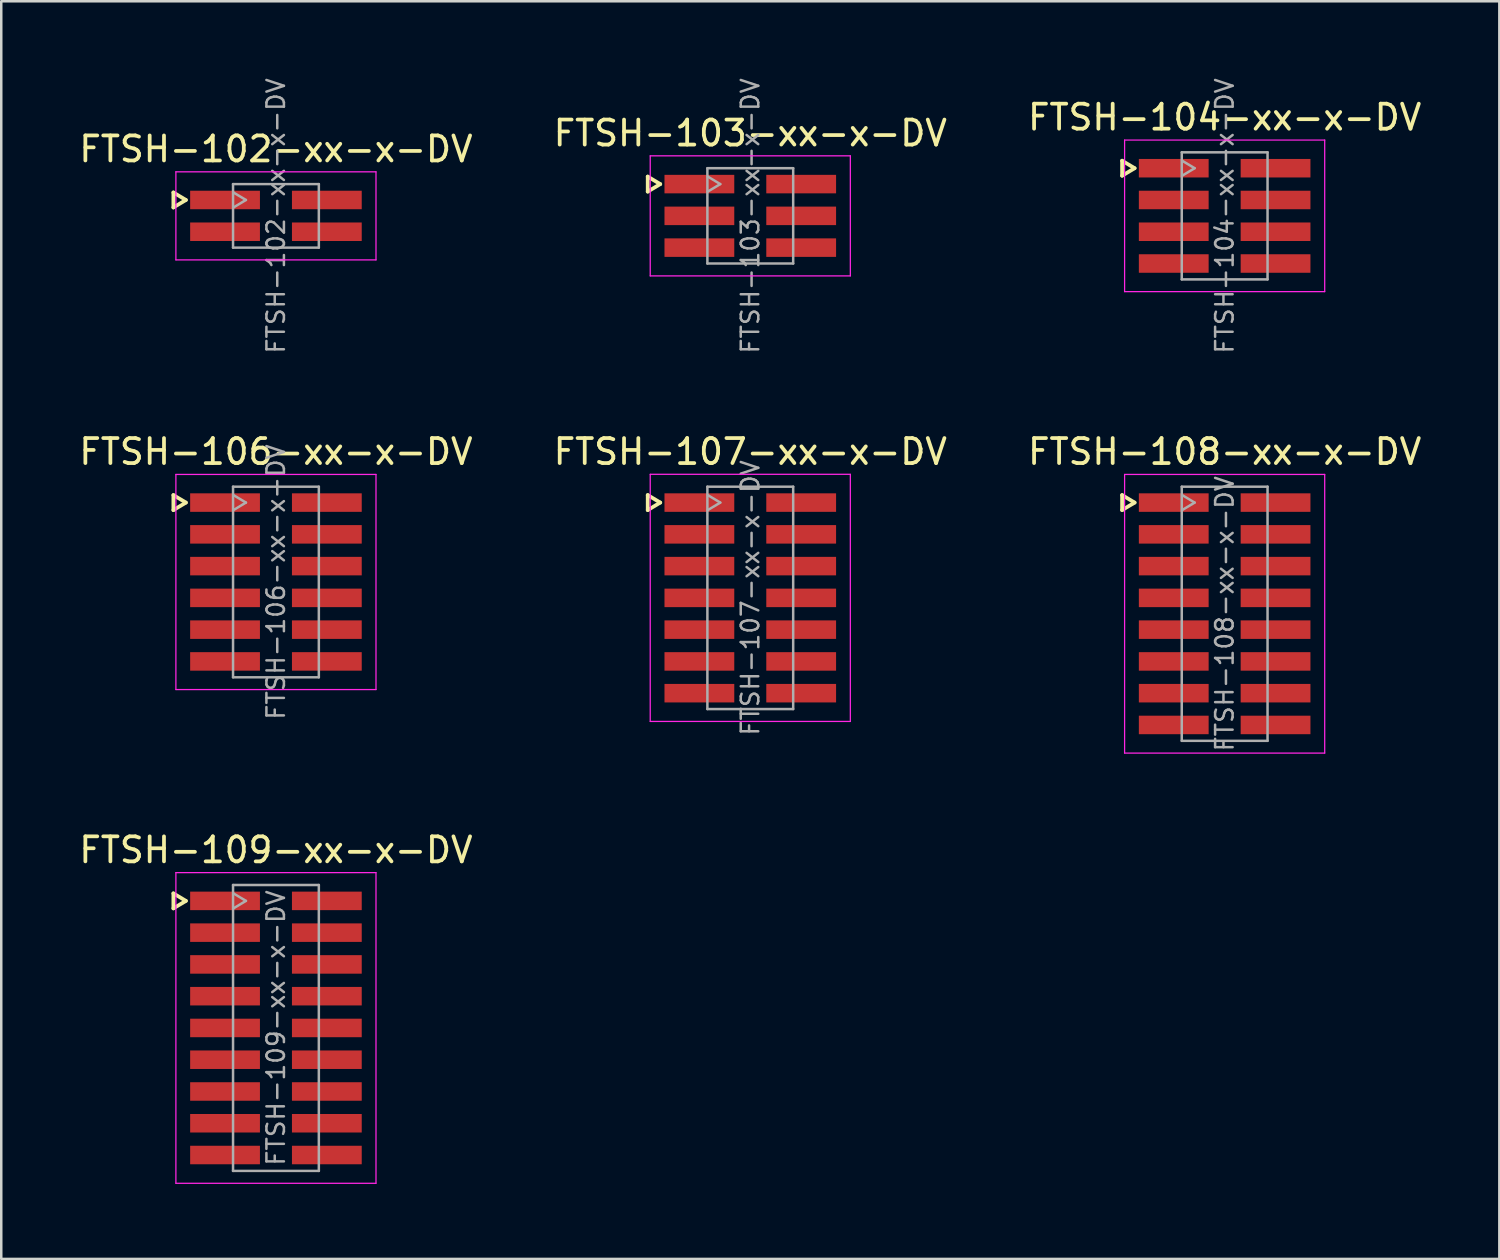
<source format=kicad_pcb>
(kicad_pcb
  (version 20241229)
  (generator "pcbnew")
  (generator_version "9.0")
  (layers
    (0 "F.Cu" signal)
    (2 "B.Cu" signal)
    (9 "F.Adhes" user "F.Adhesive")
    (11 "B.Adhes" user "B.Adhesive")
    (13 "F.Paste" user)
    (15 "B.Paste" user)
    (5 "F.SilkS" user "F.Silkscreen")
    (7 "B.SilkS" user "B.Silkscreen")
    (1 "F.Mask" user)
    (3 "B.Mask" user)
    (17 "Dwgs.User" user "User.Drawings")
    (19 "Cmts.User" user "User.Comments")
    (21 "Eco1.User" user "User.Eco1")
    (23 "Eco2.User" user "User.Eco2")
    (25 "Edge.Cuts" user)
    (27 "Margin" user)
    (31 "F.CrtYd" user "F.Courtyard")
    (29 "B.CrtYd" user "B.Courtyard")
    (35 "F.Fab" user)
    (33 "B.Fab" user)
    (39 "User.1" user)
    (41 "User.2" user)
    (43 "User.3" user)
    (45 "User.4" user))
  (footprint "FTSH-107-xx-x-DV"
    (layer "F.Cu")
    (at 26.946 20.853)
    (property "Reference" "FTSH-107-xx-x-DV" (at 0 -5.845 0) (layer "F.SilkS") (effects (font (size 1 1) (thickness 0.15))))
    (attr smd)
    (fp_line (start -4.1 -4.11) (end -4.1 -3.51) (stroke (width 0.15) (type solid)) (layer "F.SilkS"))
    (fp_line (start -4.1 -3.51) (end -3.6 -3.81) (stroke (width 0.15) (type solid)) (layer "F.SilkS"))
    (fp_line (start -3.6 -3.81) (end -4.1 -4.11) (stroke (width 0.15) (type solid)) (layer "F.SilkS"))
    (fp_line (start -4 -4.94) (end 4 -4.94) (stroke (width 0.05) (type solid)) (layer "F.CrtYd"))
    (fp_line (start -4 4.94) (end -4 -4.94) (stroke (width 0.05) (type solid)) (layer "F.CrtYd"))
    (fp_line (start 4 -4.94) (end 4 4.94) (stroke (width 0.05) (type solid)) (layer "F.CrtYd"))
    (fp_line (start 4 4.94) (end -4 4.94) (stroke (width 0.05) (type solid)) (layer "F.CrtYd"))
    (fp_line (start -1.715 -4.445) (end -1.715 4.445) (stroke (width 0.1) (type solid)) (layer "F.Fab"))
    (fp_line (start -1.715 -4.445) (end 1.715 -4.445) (stroke (width 0.1) (type solid)) (layer "F.Fab"))
    (fp_line (start -1.715 4.445) (end 1.715 4.445) (stroke (width 0.1) (type solid)) (layer "F.Fab"))
    (fp_line (start -1.7 -3.51) (end -1.2 -3.81) (stroke (width 0.1) (type solid)) (layer "F.Fab"))
    (fp_line (start -1.2 -3.81) (end -1.7 -4.11) (stroke (width 0.1) (type solid)) (layer "F.Fab"))
    (fp_line (start 1.715 -4.445) (end 1.715 4.445) (stroke (width 0.1) (type solid)) (layer "F.Fab"))
    (fp_text user "${REFERENCE}" (at 0 0 270) (layer "F.Fab") (effects (font (size 0.7 0.7) (thickness 0.1))))
    (pad "1" smd rect (at -2.035 -3.81) (size 2.79 0.74) (layers "F.Cu" "F.Mask" "F.Paste"))
    (pad "2" smd rect (at 2.035 -3.81) (size 2.79 0.74) (layers "F.Cu" "F.Mask" "F.Paste"))
    (pad "3" smd rect (at -2.035 -2.54) (size 2.79 0.74) (layers "F.Cu" "F.Mask" "F.Paste"))
    (pad "4" smd rect (at 2.035 -2.54) (size 2.79 0.74) (layers "F.Cu" "F.Mask" "F.Paste"))
    (pad "5" smd rect (at -2.035 -1.27) (size 2.79 0.74) (layers "F.Cu" "F.Mask" "F.Paste"))
    (pad "6" smd rect (at 2.035 -1.27) (size 2.79 0.74) (layers "F.Cu" "F.Mask" "F.Paste"))
    (pad "7" smd rect (at -2.035 0) (size 2.79 0.74) (layers "F.Cu" "F.Mask" "F.Paste"))
    (pad "8" smd rect (at 2.035 0) (size 2.79 0.74) (layers "F.Cu" "F.Mask" "F.Paste"))
    (pad "9" smd rect (at -2.035 1.27) (size 2.79 0.74) (layers "F.Cu" "F.Mask" "F.Paste"))
    (pad "10" smd rect (at 2.035 1.27) (size 2.79 0.74) (layers "F.Cu" "F.Mask" "F.Paste"))
    (pad "11" smd rect (at -2.035 2.54) (size 2.79 0.74) (layers "F.Cu" "F.Mask" "F.Paste"))
    (pad "12" smd rect (at 2.035 2.54) (size 2.79 0.74) (layers "F.Cu" "F.Mask" "F.Paste"))
    (pad "13" smd rect (at -2.035 3.81) (size 2.79 0.74) (layers "F.Cu" "F.Mask" "F.Paste"))
    (pad "14" smd rect (at 2.035 3.81) (size 2.79 0.74) (layers "F.Cu" "F.Mask" "F.Paste")))
  (footprint "FTSH-108-xx-x-DV"
    (layer "F.Cu")
    (at 45.911 21.488)
    (property "Reference" "FTSH-108-xx-x-DV" (at 0 -6.48 0) (layer "F.SilkS") (effects (font (size 1 1) (thickness 0.15))))
    (attr smd)
    (fp_line (start -4.1 -4.745) (end -4.1 -4.145) (stroke (width 0.15) (type solid)) (layer "F.SilkS"))
    (fp_line (start -4.1 -4.145) (end -3.6 -4.445) (stroke (width 0.15) (type solid)) (layer "F.SilkS"))
    (fp_line (start -3.6 -4.445) (end -4.1 -4.745) (stroke (width 0.15) (type solid)) (layer "F.SilkS"))
    (fp_line (start -4 -5.57) (end 4 -5.57) (stroke (width 0.05) (type solid)) (layer "F.CrtYd"))
    (fp_line (start -4 5.57) (end -4 -5.57) (stroke (width 0.05) (type solid)) (layer "F.CrtYd"))
    (fp_line (start 4 -5.57) (end 4 5.57) (stroke (width 0.05) (type solid)) (layer "F.CrtYd"))
    (fp_line (start 4 5.57) (end -4 5.57) (stroke (width 0.05) (type solid)) (layer "F.CrtYd"))
    (fp_line (start -1.715 -5.08) (end -1.715 5.08) (stroke (width 0.1) (type solid)) (layer "F.Fab"))
    (fp_line (start -1.715 -5.08) (end 1.715 -5.08) (stroke (width 0.1) (type solid)) (layer "F.Fab"))
    (fp_line (start -1.715 5.08) (end 1.715 5.08) (stroke (width 0.1) (type solid)) (layer "F.Fab"))
    (fp_line (start -1.7 -4.145) (end -1.2 -4.445) (stroke (width 0.1) (type solid)) (layer "F.Fab"))
    (fp_line (start -1.2 -4.445) (end -1.7 -4.745) (stroke (width 0.1) (type solid)) (layer "F.Fab"))
    (fp_line (start 1.715 -5.08) (end 1.715 5.08) (stroke (width 0.1) (type solid)) (layer "F.Fab"))
    (fp_text user "${REFERENCE}" (at 0 0 270) (layer "F.Fab") (effects (font (size 0.7 0.7) (thickness 0.1))))
    (pad "1" smd rect (at -2.035 -4.445) (size 2.79 0.74) (layers "F.Cu" "F.Mask" "F.Paste"))
    (pad "2" smd rect (at 2.035 -4.445) (size 2.79 0.74) (layers "F.Cu" "F.Mask" "F.Paste"))
    (pad "3" smd rect (at -2.035 -3.175) (size 2.79 0.74) (layers "F.Cu" "F.Mask" "F.Paste"))
    (pad "4" smd rect (at 2.035 -3.175) (size 2.79 0.74) (layers "F.Cu" "F.Mask" "F.Paste"))
    (pad "5" smd rect (at -2.035 -1.905) (size 2.79 0.74) (layers "F.Cu" "F.Mask" "F.Paste"))
    (pad "6" smd rect (at 2.035 -1.905) (size 2.79 0.74) (layers "F.Cu" "F.Mask" "F.Paste"))
    (pad "7" smd rect (at -2.035 -0.635) (size 2.79 0.74) (layers "F.Cu" "F.Mask" "F.Paste"))
    (pad "8" smd rect (at 2.035 -0.635) (size 2.79 0.74) (layers "F.Cu" "F.Mask" "F.Paste"))
    (pad "9" smd rect (at -2.035 0.635) (size 2.79 0.74) (layers "F.Cu" "F.Mask" "F.Paste"))
    (pad "10" smd rect (at 2.035 0.635) (size 2.79 0.74) (layers "F.Cu" "F.Mask" "F.Paste"))
    (pad "11" smd rect (at -2.035 1.905) (size 2.79 0.74) (layers "F.Cu" "F.Mask" "F.Paste"))
    (pad "12" smd rect (at 2.035 1.905) (size 2.79 0.74) (layers "F.Cu" "F.Mask" "F.Paste"))
    (pad "13" smd rect (at -2.035 3.175) (size 2.79 0.74) (layers "F.Cu" "F.Mask" "F.Paste"))
    (pad "14" smd rect (at 2.035 3.175) (size 2.79 0.74) (layers "F.Cu" "F.Mask" "F.Paste"))
    (pad "15" smd rect (at -2.035 4.445) (size 2.79 0.74) (layers "F.Cu" "F.Mask" "F.Paste"))
    (pad "16" smd rect (at 2.035 4.445) (size 2.79 0.74) (layers "F.Cu" "F.Mask" "F.Paste")))
  (footprint "FTSH-104-xx-x-DV"
    (layer "F.Cu")
    (at 45.911 5.58)
    (property "Reference" "FTSH-104-xx-x-DV" (at 0 -3.94 0) (layer "F.SilkS") (effects (font (size 1 1) (thickness 0.15))))
    (attr smd)
    (fp_line (start -4.1 -2.205) (end -4.1 -1.605) (stroke (width 0.15) (type solid)) (layer "F.SilkS"))
    (fp_line (start -4.1 -1.605) (end -3.6 -1.905) (stroke (width 0.15) (type solid)) (layer "F.SilkS"))
    (fp_line (start -3.6 -1.905) (end -4.1 -2.205) (stroke (width 0.15) (type solid)) (layer "F.SilkS"))
    (fp_line (start -4 -3.03) (end 4 -3.03) (stroke (width 0.05) (type solid)) (layer "F.CrtYd"))
    (fp_line (start -4 3.03) (end -4 -3.03) (stroke (width 0.05) (type solid)) (layer "F.CrtYd"))
    (fp_line (start 4 -3.03) (end 4 3.03) (stroke (width 0.05) (type solid)) (layer "F.CrtYd"))
    (fp_line (start 4 3.03) (end -4 3.03) (stroke (width 0.05) (type solid)) (layer "F.CrtYd"))
    (fp_line (start -1.715 -2.54) (end -1.715 2.54) (stroke (width 0.1) (type solid)) (layer "F.Fab"))
    (fp_line (start -1.715 -2.54) (end 1.715 -2.54) (stroke (width 0.1) (type solid)) (layer "F.Fab"))
    (fp_line (start -1.715 2.54) (end 1.715 2.54) (stroke (width 0.1) (type solid)) (layer "F.Fab"))
    (fp_line (start -1.7 -1.605) (end -1.2 -1.905) (stroke (width 0.1) (type solid)) (layer "F.Fab"))
    (fp_line (start -1.2 -1.905) (end -1.7 -2.205) (stroke (width 0.1) (type solid)) (layer "F.Fab"))
    (fp_line (start 1.715 -2.54) (end 1.715 2.54) (stroke (width 0.1) (type solid)) (layer "F.Fab"))
    (fp_text user "${REFERENCE}" (at 0 0 270) (layer "F.Fab") (effects (font (size 0.7 0.7) (thickness 0.1))))
    (pad "1" smd rect (at -2.035 -1.905) (size 2.79 0.74) (layers "F.Cu" "F.Mask" "F.Paste"))
    (pad "2" smd rect (at 2.035 -1.905) (size 2.79 0.74) (layers "F.Cu" "F.Mask" "F.Paste"))
    (pad "3" smd rect (at -2.035 -0.635) (size 2.79 0.74) (layers "F.Cu" "F.Mask" "F.Paste"))
    (pad "4" smd rect (at 2.035 -0.635) (size 2.79 0.74) (layers "F.Cu" "F.Mask" "F.Paste"))
    (pad "5" smd rect (at -2.035 0.635) (size 2.79 0.74) (layers "F.Cu" "F.Mask" "F.Paste"))
    (pad "6" smd rect (at 2.035 0.635) (size 2.79 0.74) (layers "F.Cu" "F.Mask" "F.Paste"))
    (pad "7" smd rect (at -2.035 1.905) (size 2.79 0.74) (layers "F.Cu" "F.Mask" "F.Paste"))
    (pad "8" smd rect (at 2.035 1.905) (size 2.79 0.74) (layers "F.Cu" "F.Mask" "F.Paste")))
  (footprint "FTSH-103-xx-x-DV"
    (layer "F.Cu")
    (at 26.946 5.58)
    (property "Reference" "FTSH-103-xx-x-DV" (at 0 -3.305 0) (layer "F.SilkS") (effects (font (size 1 1) (thickness 0.15))))
    (attr smd)
    (fp_line (start -4.1 -1.57) (end -4.1 -0.97) (stroke (width 0.15) (type solid)) (layer "F.SilkS"))
    (fp_line (start -4.1 -0.97) (end -3.6 -1.27) (stroke (width 0.15) (type solid)) (layer "F.SilkS"))
    (fp_line (start -3.6 -1.27) (end -4.1 -1.57) (stroke (width 0.15) (type solid)) (layer "F.SilkS"))
    (fp_line (start -4 -2.4) (end 4 -2.4) (stroke (width 0.05) (type solid)) (layer "F.CrtYd"))
    (fp_line (start -4 2.4) (end -4 -2.4) (stroke (width 0.05) (type solid)) (layer "F.CrtYd"))
    (fp_line (start 4 -2.4) (end 4 2.4) (stroke (width 0.05) (type solid)) (layer "F.CrtYd"))
    (fp_line (start 4 2.4) (end -4 2.4) (stroke (width 0.05) (type solid)) (layer "F.CrtYd"))
    (fp_line (start -1.715 -1.905) (end -1.715 1.905) (stroke (width 0.1) (type solid)) (layer "F.Fab"))
    (fp_line (start -1.715 -1.905) (end 1.715 -1.905) (stroke (width 0.1) (type solid)) (layer "F.Fab"))
    (fp_line (start -1.715 1.905) (end 1.715 1.905) (stroke (width 0.1) (type solid)) (layer "F.Fab"))
    (fp_line (start -1.7 -0.97) (end -1.2 -1.27) (stroke (width 0.1) (type solid)) (layer "F.Fab"))
    (fp_line (start -1.2 -1.27) (end -1.7 -1.57) (stroke (width 0.1) (type solid)) (layer "F.Fab"))
    (fp_line (start 1.715 -1.905) (end 1.715 1.905) (stroke (width 0.1) (type solid)) (layer "F.Fab"))
    (fp_text user "${REFERENCE}" (at 0 0 270) (layer "F.Fab") (effects (font (size 0.7 0.7) (thickness 0.1))))
    (pad "1" smd rect (at -2.035 -1.27) (size 2.79 0.74) (layers "F.Cu" "F.Mask" "F.Paste"))
    (pad "2" smd rect (at 2.035 -1.27) (size 2.79 0.74) (layers "F.Cu" "F.Mask" "F.Paste"))
    (pad "3" smd rect (at -2.035 0) (size 2.79 0.74) (layers "F.Cu" "F.Mask" "F.Paste"))
    (pad "4" smd rect (at 2.035 0) (size 2.79 0.74) (layers "F.Cu" "F.Mask" "F.Paste"))
    (pad "5" smd rect (at -2.035 1.27) (size 2.79 0.74) (layers "F.Cu" "F.Mask" "F.Paste"))
    (pad "6" smd rect (at 2.035 1.27) (size 2.79 0.74) (layers "F.Cu" "F.Mask" "F.Paste")))
  (footprint "FTSH-102-xx-x-DV"
    (layer "F.Cu")
    (at 7.982 5.58)
    (property "Reference" "FTSH-102-xx-x-DV" (at 0 -2.67 0) (layer "F.SilkS") (effects (font (size 1 1) (thickness 0.15))))
    (attr smd)
    (fp_line (start -4.1 -0.935) (end -4.1 -0.335) (stroke (width 0.15) (type solid)) (layer "F.SilkS"))
    (fp_line (start -4.1 -0.335) (end -3.6 -0.635) (stroke (width 0.15) (type solid)) (layer "F.SilkS"))
    (fp_line (start -3.6 -0.635) (end -4.1 -0.935) (stroke (width 0.15) (type solid)) (layer "F.SilkS"))
    (fp_line (start -4 -1.76) (end 4 -1.76) (stroke (width 0.05) (type solid)) (layer "F.CrtYd"))
    (fp_line (start -4 1.76) (end -4 -1.76) (stroke (width 0.05) (type solid)) (layer "F.CrtYd"))
    (fp_line (start 4 -1.76) (end 4 1.76) (stroke (width 0.05) (type solid)) (layer "F.CrtYd"))
    (fp_line (start 4 1.76) (end -4 1.76) (stroke (width 0.05) (type solid)) (layer "F.CrtYd"))
    (fp_line (start -1.715 -1.27) (end -1.715 1.27) (stroke (width 0.1) (type solid)) (layer "F.Fab"))
    (fp_line (start -1.715 -1.27) (end 1.715 -1.27) (stroke (width 0.1) (type solid)) (layer "F.Fab"))
    (fp_line (start -1.715 1.27) (end 1.715 1.27) (stroke (width 0.1) (type solid)) (layer "F.Fab"))
    (fp_line (start -1.7 -0.335) (end -1.2 -0.635) (stroke (width 0.1) (type solid)) (layer "F.Fab"))
    (fp_line (start -1.2 -0.635) (end -1.7 -0.935) (stroke (width 0.1) (type solid)) (layer "F.Fab"))
    (fp_line (start 1.715 -1.27) (end 1.715 1.27) (stroke (width 0.1) (type solid)) (layer "F.Fab"))
    (fp_text user "${REFERENCE}" (at 0 0 270) (layer "F.Fab") (effects (font (size 0.7 0.7) (thickness 0.1))))
    (pad "1" smd rect (at -2.035 -0.635) (size 2.79 0.74) (layers "F.Cu" "F.Mask" "F.Paste"))
    (pad "2" smd rect (at 2.035 -0.635) (size 2.79 0.74) (layers "F.Cu" "F.Mask" "F.Paste"))
    (pad "3" smd rect (at -2.035 0.635) (size 2.79 0.74) (layers "F.Cu" "F.Mask" "F.Paste"))
    (pad "4" smd rect (at 2.035 0.635) (size 2.79 0.74) (layers "F.Cu" "F.Mask" "F.Paste")))
  (footprint "FTSH-106-xx-x-DV"
    (layer "F.Cu")
    (at 7.982 20.218)
    (property "Reference" "FTSH-106-xx-x-DV" (at 0 -5.21 0) (layer "F.SilkS") (effects (font (size 1 1) (thickness 0.15))))
    (attr smd)
    (fp_line (start -4.1 -3.475) (end -4.1 -2.875) (stroke (width 0.15) (type solid)) (layer "F.SilkS"))
    (fp_line (start -4.1 -2.875) (end -3.6 -3.175) (stroke (width 0.15) (type solid)) (layer "F.SilkS"))
    (fp_line (start -3.6 -3.175) (end -4.1 -3.475) (stroke (width 0.15) (type solid)) (layer "F.SilkS"))
    (fp_line (start -4 -4.3) (end 4 -4.3) (stroke (width 0.05) (type solid)) (layer "F.CrtYd"))
    (fp_line (start -4 4.3) (end -4 -4.3) (stroke (width 0.05) (type solid)) (layer "F.CrtYd"))
    (fp_line (start 4 -4.3) (end 4 4.3) (stroke (width 0.05) (type solid)) (layer "F.CrtYd"))
    (fp_line (start 4 4.3) (end -4 4.3) (stroke (width 0.05) (type solid)) (layer "F.CrtYd"))
    (fp_line (start -1.715 -3.81) (end -1.715 3.81) (stroke (width 0.1) (type solid)) (layer "F.Fab"))
    (fp_line (start -1.715 -3.81) (end 1.715 -3.81) (stroke (width 0.1) (type solid)) (layer "F.Fab"))
    (fp_line (start -1.715 3.81) (end 1.715 3.81) (stroke (width 0.1) (type solid)) (layer "F.Fab"))
    (fp_line (start -1.7 -2.875) (end -1.2 -3.175) (stroke (width 0.1) (type solid)) (layer "F.Fab"))
    (fp_line (start -1.2 -3.175) (end -1.7 -3.475) (stroke (width 0.1) (type solid)) (layer "F.Fab"))
    (fp_line (start 1.715 -3.81) (end 1.715 3.81) (stroke (width 0.1) (type solid)) (layer "F.Fab"))
    (fp_text user "${REFERENCE}" (at 0 0 270) (layer "F.Fab") (effects (font (size 0.7 0.7) (thickness 0.1))))
    (pad "1" smd rect (at -2.035 -3.175) (size 2.79 0.74) (layers "F.Cu" "F.Mask" "F.Paste"))
    (pad "2" smd rect (at 2.035 -3.175) (size 2.79 0.74) (layers "F.Cu" "F.Mask" "F.Paste"))
    (pad "3" smd rect (at -2.035 -1.905) (size 2.79 0.74) (layers "F.Cu" "F.Mask" "F.Paste"))
    (pad "4" smd rect (at 2.035 -1.905) (size 2.79 0.74) (layers "F.Cu" "F.Mask" "F.Paste"))
    (pad "5" smd rect (at -2.035 -0.635) (size 2.79 0.74) (layers "F.Cu" "F.Mask" "F.Paste"))
    (pad "6" smd rect (at 2.035 -0.635) (size 2.79 0.74) (layers "F.Cu" "F.Mask" "F.Paste"))
    (pad "7" smd rect (at -2.035 0.635) (size 2.79 0.74) (layers "F.Cu" "F.Mask" "F.Paste"))
    (pad "8" smd rect (at 2.035 0.635) (size 2.79 0.74) (layers "F.Cu" "F.Mask" "F.Paste"))
    (pad "9" smd rect (at -2.035 1.905) (size 2.79 0.74) (layers "F.Cu" "F.Mask" "F.Paste"))
    (pad "10" smd rect (at 2.035 1.905) (size 2.79 0.74) (layers "F.Cu" "F.Mask" "F.Paste"))
    (pad "11" smd rect (at -2.035 3.175) (size 2.79 0.74) (layers "F.Cu" "F.Mask" "F.Paste"))
    (pad "12" smd rect (at 2.035 3.175) (size 2.79 0.74) (layers "F.Cu" "F.Mask" "F.Paste")))
  (footprint "FTSH-109-xx-x-DV"
    (layer "F.Cu")
    (at 7.982 38.047)
    (property "Reference" "FTSH-109-xx-x-DV" (at 0 -7.115 0) (layer "F.SilkS") (effects (font (size 1 1) (thickness 0.15))))
    (attr smd)
    (fp_line (start -4.1 -5.38) (end -4.1 -4.78) (stroke (width 0.15) (type solid)) (layer "F.SilkS"))
    (fp_line (start -4.1 -4.78) (end -3.6 -5.08) (stroke (width 0.15) (type solid)) (layer "F.SilkS"))
    (fp_line (start -3.6 -5.08) (end -4.1 -5.38) (stroke (width 0.15) (type solid)) (layer "F.SilkS"))
    (fp_line (start -4 -6.21) (end 4 -6.21) (stroke (width 0.05) (type solid)) (layer "F.CrtYd"))
    (fp_line (start -4 6.21) (end -4 -6.21) (stroke (width 0.05) (type solid)) (layer "F.CrtYd"))
    (fp_line (start 4 -6.21) (end 4 6.21) (stroke (width 0.05) (type solid)) (layer "F.CrtYd"))
    (fp_line (start 4 6.21) (end -4 6.21) (stroke (width 0.05) (type solid)) (layer "F.CrtYd"))
    (fp_line (start -1.715 -5.715) (end -1.715 5.715) (stroke (width 0.1) (type solid)) (layer "F.Fab"))
    (fp_line (start -1.715 -5.715) (end 1.715 -5.715) (stroke (width 0.1) (type solid)) (layer "F.Fab"))
    (fp_line (start -1.715 5.715) (end 1.715 5.715) (stroke (width 0.1) (type solid)) (layer "F.Fab"))
    (fp_line (start -1.7 -4.78) (end -1.2 -5.08) (stroke (width 0.1) (type solid)) (layer "F.Fab"))
    (fp_line (start -1.2 -5.08) (end -1.7 -5.38) (stroke (width 0.1) (type solid)) (layer "F.Fab"))
    (fp_line (start 1.715 -5.715) (end 1.715 5.715) (stroke (width 0.1) (type solid)) (layer "F.Fab"))
    (fp_text user "${REFERENCE}" (at 0 0 270) (layer "F.Fab") (effects (font (size 0.7 0.7) (thickness 0.1))))
    (pad "1" smd rect (at -2.035 -5.08) (size 2.79 0.74) (layers "F.Cu" "F.Mask" "F.Paste"))
    (pad "2" smd rect (at 2.035 -5.08) (size 2.79 0.74) (layers "F.Cu" "F.Mask" "F.Paste"))
    (pad "3" smd rect (at -2.035 -3.81) (size 2.79 0.74) (layers "F.Cu" "F.Mask" "F.Paste"))
    (pad "4" smd rect (at 2.035 -3.81) (size 2.79 0.74) (layers "F.Cu" "F.Mask" "F.Paste"))
    (pad "5" smd rect (at -2.035 -2.54) (size 2.79 0.74) (layers "F.Cu" "F.Mask" "F.Paste"))
    (pad "6" smd rect (at 2.035 -2.54) (size 2.79 0.74) (layers "F.Cu" "F.Mask" "F.Paste"))
    (pad "7" smd rect (at -2.035 -1.27) (size 2.79 0.74) (layers "F.Cu" "F.Mask" "F.Paste"))
    (pad "8" smd rect (at 2.035 -1.27) (size 2.79 0.74) (layers "F.Cu" "F.Mask" "F.Paste"))
    (pad "9" smd rect (at -2.035 0) (size 2.79 0.74) (layers "F.Cu" "F.Mask" "F.Paste"))
    (pad "10" smd rect (at 2.035 0) (size 2.79 0.74) (layers "F.Cu" "F.Mask" "F.Paste"))
    (pad "11" smd rect (at -2.035 1.27) (size 2.79 0.74) (layers "F.Cu" "F.Mask" "F.Paste"))
    (pad "12" smd rect (at 2.035 1.27) (size 2.79 0.74) (layers "F.Cu" "F.Mask" "F.Paste"))
    (pad "13" smd rect (at -2.035 2.54) (size 2.79 0.74) (layers "F.Cu" "F.Mask" "F.Paste"))
    (pad "14" smd rect (at 2.035 2.54) (size 2.79 0.74) (layers "F.Cu" "F.Mask" "F.Paste"))
    (pad "15" smd rect (at -2.035 3.81) (size 2.79 0.74) (layers "F.Cu" "F.Mask" "F.Paste"))
    (pad "16" smd rect (at 2.035 3.81) (size 2.79 0.74) (layers "F.Cu" "F.Mask" "F.Paste"))
    (pad "17" smd rect (at -2.035 5.08) (size 2.79 0.74) (layers "F.Cu" "F.Mask" "F.Paste"))
    (pad "18" smd rect (at 2.035 5.08) (size 2.79 0.74) (layers "F.Cu" "F.Mask" "F.Paste")))
  (gr_rect
    (start -3 -3)
    (end 56.893 47.282)
    (stroke (width 0.1) (type default))
    (fill no)
    (layer "Edge.Cuts")))
</source>
